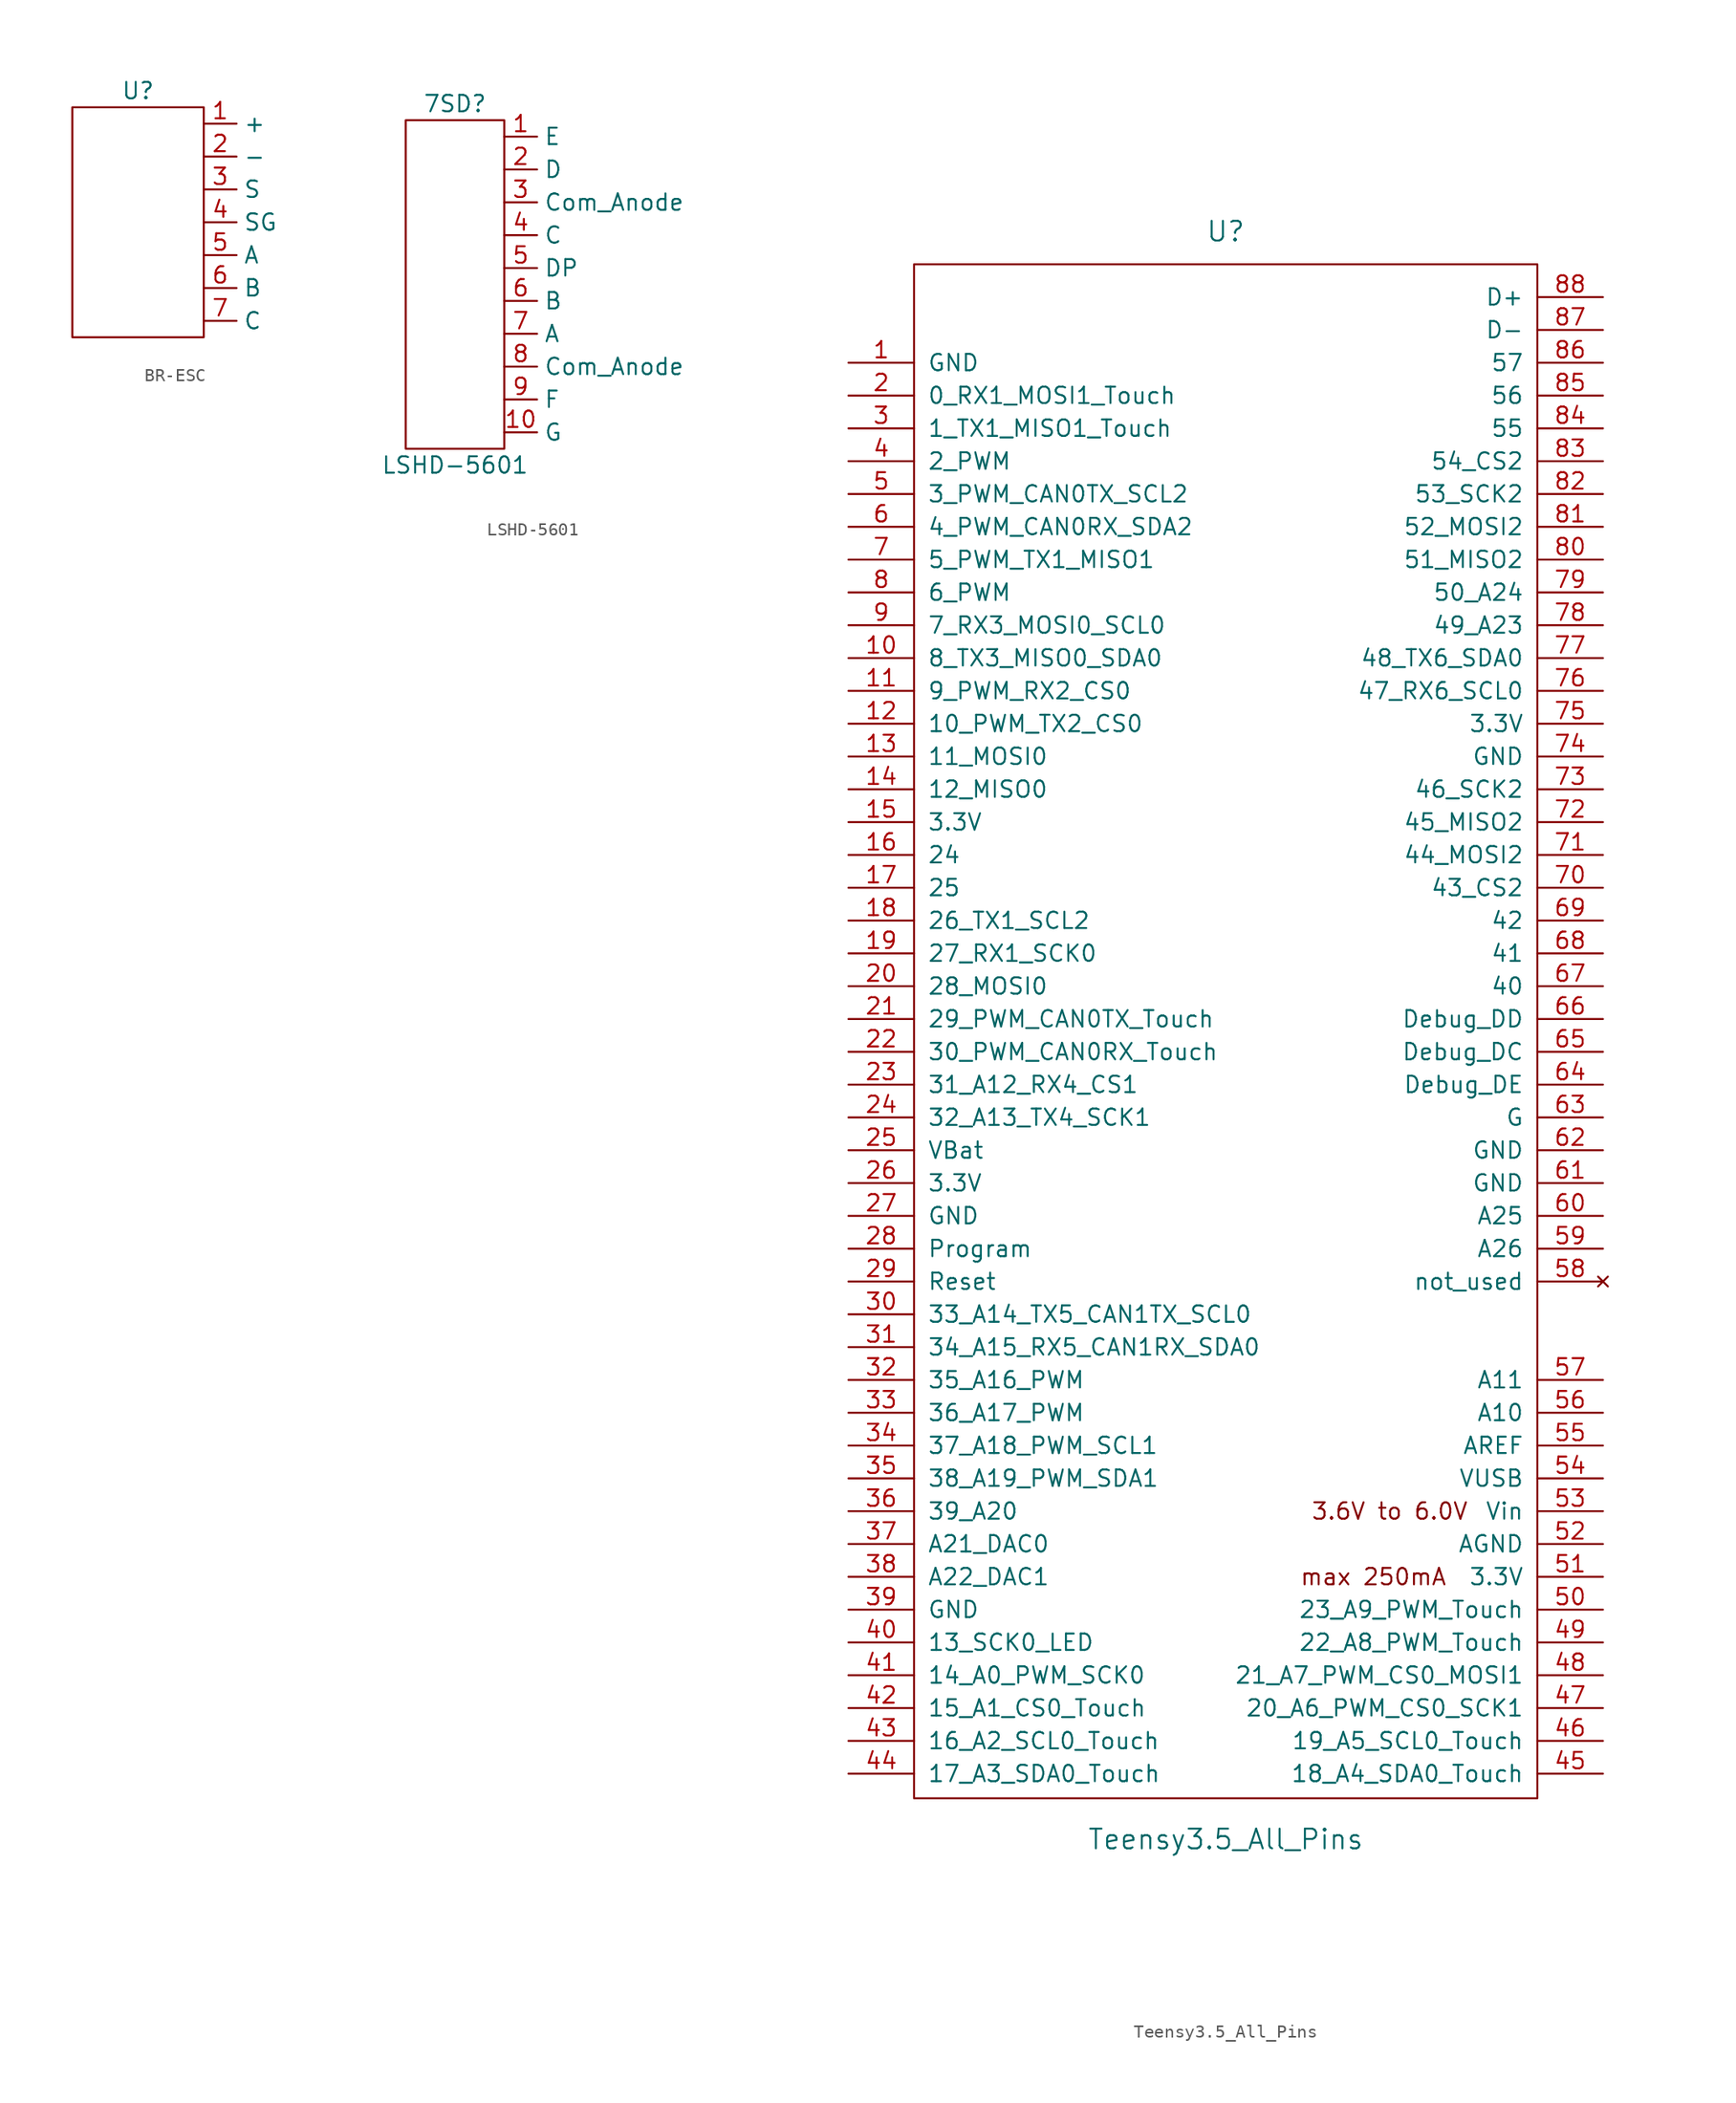
<source format=kicad_sym>
(kicad_symbol_lib
  (version 20220914)
  (generator kicad_symbol_editor)
  (symbol "BR-ESC"
    (property "Reference" "U"
      (at 0 3.81 0)
      (effects (font (size 1.27 1.27))))
    (property "Value" ""
      (at 1.27 0 0)
      (effects (font (size 1.27 1.27))))
    (symbol "BR-ESC_0_1"
      (rectangle (start -5.08 2.54) (end 5.08 -15.24) (stroke (width 0) (type default)) (fill (type none))))
    (symbol "BR-ESC_1_1"
      (pin output line (at 5.08 1.27 0) (length 2.54) (name "+" (effects (font (size 1.27 1.27)))) (number "1" (effects (font (size 1.27 1.27)))) (alternate "Left to S" output line))
      (pin output line (at 5.08 -1.27 0) (length 2.54) (name "-" (effects (font (size 1.27 1.27)))) (number "2" (effects (font (size 1.27 1.27)))) (alternate "Right to SG" output line))
      (pin output line (at 5.08 -3.81 0) (length 2.54) (name "S" (effects (font (size 1.27 1.27)))) (number "3" (effects (font (size 1.27 1.27)))) (alternate "White left wire on bottom small box" output line))
      (pin output line (at 5.08 -6.35 0) (length 2.54) (name "SG" (effects (font (size 1.27 1.27)))) (number "4" (effects (font (size 1.27 1.27)))) (alternate "Black wire on right small bottom block" output line))
      (pin output line (at 5.08 -8.89 0) (length 2.54) (name "A" (effects (font (size 1.27 1.27)))) (number "5" (effects (font (size 1.27 1.27)))) (alternate "Left White top block" output line))
      (pin output line (at 5.08 -11.43 0) (length 2.54) (name "B" (effects (font (size 1.27 1.27)))) (number "6" (effects (font (size 1.27 1.27)))) (alternate "Mid green top block" output line))
      (pin output line (at 5.08 -13.97 0) (length 2.54) (name "C" (effects (font (size 1.27 1.27)))) (number "7" (effects (font (size 1.27 1.27)))) (alternate "Right Blue Top block" output line))))
  (symbol "LSHD-5601"
    (property "Reference" "7SD"
      (at 0 12.7 0)
      (effects (font (size 1.27 1.27))))
    (property "Value" "LSHD-5601"
      (at 0 -15.24 0)
      (effects (font (size 1.27 1.27))))
    (symbol "LSHD-5601_0_1"
      (rectangle (start -3.81 11.43) (end 3.81 -13.97) (stroke (width 0) (type default)) (fill (type none))))
    (symbol "LSHD-5601_1_1"
      (pin output line (at 3.81 10.16 0) (length 2.54) (name "E" (effects (font (size 1.27 1.27)))) (number "1" (effects (font (size 1.27 1.27)))))
      (pin output line (at 3.81 -12.7 0) (length 2.54) (name "G" (effects (font (size 1.27 1.27)))) (number "10" (effects (font (size 1.27 1.27)))))
      (pin output line (at 3.81 7.62 0) (length 2.54) (name "D" (effects (font (size 1.27 1.27)))) (number "2" (effects (font (size 1.27 1.27)))))
      (pin output line (at 3.81 5.08 0) (length 2.54) (name "Com_Anode" (effects (font (size 1.27 1.27)))) (number "3" (effects (font (size 1.27 1.27)))))
      (pin output line (at 3.81 2.54 0) (length 2.54) (name "C" (effects (font (size 1.27 1.27)))) (number "4" (effects (font (size 1.27 1.27)))))
      (pin output line (at 3.81 0 0) (length 2.54) (name "DP" (effects (font (size 1.27 1.27)))) (number "5" (effects (font (size 1.27 1.27)))))
      (pin output line (at 3.81 -2.54 0) (length 2.54) (name "B" (effects (font (size 1.27 1.27)))) (number "6" (effects (font (size 1.27 1.27)))))
      (pin output line (at 3.81 -5.08 0) (length 2.54) (name "A" (effects (font (size 1.27 1.27)))) (number "7" (effects (font (size 1.27 1.27)))))
      (pin output line (at 3.81 -7.62 0) (length 2.54) (name "Com_Anode" (effects (font (size 1.27 1.27)))) (number "8" (effects (font (size 1.27 1.27)))))
      (pin output line (at 3.81 -10.16 0) (length 2.54) (name "F" (effects (font (size 1.27 1.27)))) (number "9" (effects (font (size 1.27 1.27)))))))
  (symbol "Teensy3.5_All_Pins"
    (pin_names
      (offset 1.016))
    (property "Reference" "U"
      (at 0 64.77 0)
      (effects (font (size 1.524 1.524))))
    (property "Value" "Teensy3.5_All_Pins"
      (at 0 -59.69 0)
      (effects (font (size 1.524 1.524))))
    (property "Footprint" ""
      (at -2.54 62.23 0)
      (effects (font (size 1.524 1.524))))
    (symbol "Teensy3.5_All_Pins_0_0"
      (text "3.6V to 6.0V" (at 12.7 -34.29 0) (effects (font (size 1.27 1.27))))
      (text "max 250mA" (at 11.43 -39.37 0) (effects (font (size 1.27 1.27)))))
    (symbol "Teensy3.5_All_Pins_0_1"
      (rectangle (start -24.13 62.23) (end 24.13 -56.515) (stroke (width 0) (type solid)) (fill (type none))))
    (symbol "Teensy3.5_All_Pins_1_1"
      (pin power_in line (at -29.21 54.61 0) (length 5.08) (name "GND" (effects (font (size 1.27 1.27)))) (number "1" (effects (font (size 1.27 1.27)))))
      (pin bidirectional line (at -29.21 31.75 0) (length 5.08) (name "8_TX3_MISO0_SDA0" (effects (font (size 1.27 1.27)))) (number "10" (effects (font (size 1.27 1.27)))))
      (pin bidirectional line (at -29.21 29.21 0) (length 5.08) (name "9_PWM_RX2_CS0" (effects (font (size 1.27 1.27)))) (number "11" (effects (font (size 1.27 1.27)))))
      (pin bidirectional line (at -29.21 26.67 0) (length 5.08) (name "10_PWM_TX2_CS0" (effects (font (size 1.27 1.27)))) (number "12" (effects (font (size 1.27 1.27)))))
      (pin bidirectional line (at -29.21 24.13 0) (length 5.08) (name "11_MOSI0" (effects (font (size 1.27 1.27)))) (number "13" (effects (font (size 1.27 1.27)))))
      (pin bidirectional line (at -29.21 21.59 0) (length 5.08) (name "12_MISO0" (effects (font (size 1.27 1.27)))) (number "14" (effects (font (size 1.27 1.27)))))
      (pin power_out line (at -29.21 19.05 0) (length 5.08) (name "3.3V" (effects (font (size 1.27 1.27)))) (number "15" (effects (font (size 1.27 1.27)))))
      (pin bidirectional line (at -29.21 16.51 0) (length 5.08) (name "24" (effects (font (size 1.27 1.27)))) (number "16" (effects (font (size 1.27 1.27)))))
      (pin bidirectional line (at -29.21 13.97 0) (length 5.08) (name "25" (effects (font (size 1.27 1.27)))) (number "17" (effects (font (size 1.27 1.27)))))
      (pin bidirectional line (at -29.21 11.43 0) (length 5.08) (name "26_TX1_SCL2" (effects (font (size 1.27 1.27)))) (number "18" (effects (font (size 1.27 1.27)))))
      (pin bidirectional line (at -29.21 8.89 0) (length 5.08) (name "27_RX1_SCK0" (effects (font (size 1.27 1.27)))) (number "19" (effects (font (size 1.27 1.27)))))
      (pin bidirectional line (at -29.21 52.07 0) (length 5.08) (name "0_RX1_MOSI1_Touch" (effects (font (size 1.27 1.27)))) (number "2" (effects (font (size 1.27 1.27)))))
      (pin bidirectional line (at -29.21 6.35 0) (length 5.08) (name "28_MOSI0" (effects (font (size 1.27 1.27)))) (number "20" (effects (font (size 1.27 1.27)))))
      (pin bidirectional line (at -29.21 3.81 0) (length 5.08) (name "29_PWM_CAN0TX_Touch" (effects (font (size 1.27 1.27)))) (number "21" (effects (font (size 1.27 1.27)))))
      (pin bidirectional line (at -29.21 1.27 0) (length 5.08) (name "30_PWM_CAN0RX_Touch" (effects (font (size 1.27 1.27)))) (number "22" (effects (font (size 1.27 1.27)))))
      (pin bidirectional line (at -29.21 -1.27 0) (length 5.08) (name "31_A12_RX4_CS1" (effects (font (size 1.27 1.27)))) (number "23" (effects (font (size 1.27 1.27)))))
      (pin bidirectional line (at -29.21 -3.81 0) (length 5.08) (name "32_A13_TX4_SCK1" (effects (font (size 1.27 1.27)))) (number "24" (effects (font (size 1.27 1.27)))))
      (pin power_in line (at -29.21 -6.35 0) (length 5.08) (name "VBat" (effects (font (size 1.27 1.27)))) (number "25" (effects (font (size 1.27 1.27)))))
      (pin power_in line (at -29.21 -8.89 0) (length 5.08) (name "3.3V" (effects (font (size 1.27 1.27)))) (number "26" (effects (font (size 1.27 1.27)))))
      (pin power_in line (at -29.21 -11.43 0) (length 5.08) (name "GND" (effects (font (size 1.27 1.27)))) (number "27" (effects (font (size 1.27 1.27)))))
      (pin input line (at -29.21 -13.97 0) (length 5.08) (name "Program" (effects (font (size 1.27 1.27)))) (number "28" (effects (font (size 1.27 1.27)))))
      (pin input line (at -29.21 -16.51 0) (length 5.08) (name "Reset" (effects (font (size 1.27 1.27)))) (number "29" (effects (font (size 1.27 1.27)))))
      (pin bidirectional line (at -29.21 49.53 0) (length 5.08) (name "1_TX1_MISO1_Touch" (effects (font (size 1.27 1.27)))) (number "3" (effects (font (size 1.27 1.27)))))
      (pin bidirectional line (at -29.21 -19.05 0) (length 5.08) (name "33_A14_TX5_CAN1TX_SCL0" (effects (font (size 1.27 1.27)))) (number "30" (effects (font (size 1.27 1.27)))))
      (pin bidirectional line (at -29.21 -21.59 0) (length 5.08) (name "34_A15_RX5_CAN1RX_SDA0" (effects (font (size 1.27 1.27)))) (number "31" (effects (font (size 1.27 1.27)))))
      (pin bidirectional line (at -29.21 -24.13 0) (length 5.08) (name "35_A16_PWM" (effects (font (size 1.27 1.27)))) (number "32" (effects (font (size 1.27 1.27)))))
      (pin bidirectional line (at -29.21 -26.67 0) (length 5.08) (name "36_A17_PWM" (effects (font (size 1.27 1.27)))) (number "33" (effects (font (size 1.27 1.27)))))
      (pin bidirectional line (at -29.21 -29.21 0) (length 5.08) (name "37_A18_PWM_SCL1" (effects (font (size 1.27 1.27)))) (number "34" (effects (font (size 1.27 1.27)))))
      (pin bidirectional line (at -29.21 -31.75 0) (length 5.08) (name "38_A19_PWM_SDA1" (effects (font (size 1.27 1.27)))) (number "35" (effects (font (size 1.27 1.27)))))
      (pin bidirectional line (at -29.21 -34.29 0) (length 5.08) (name "39_A20" (effects (font (size 1.27 1.27)))) (number "36" (effects (font (size 1.27 1.27)))))
      (pin bidirectional line (at -29.21 -36.83 0) (length 5.08) (name "A21_DAC0" (effects (font (size 1.27 1.27)))) (number "37" (effects (font (size 1.27 1.27)))))
      (pin bidirectional line (at -29.21 -39.37 0) (length 5.08) (name "A22_DAC1" (effects (font (size 1.27 1.27)))) (number "38" (effects (font (size 1.27 1.27)))))
      (pin power_in line (at -29.21 -41.91 0) (length 5.08) (name "GND" (effects (font (size 1.27 1.27)))) (number "39" (effects (font (size 1.27 1.27)))))
      (pin bidirectional line (at -29.21 46.99 0) (length 5.08) (name "2_PWM" (effects (font (size 1.27 1.27)))) (number "4" (effects (font (size 1.27 1.27)))))
      (pin bidirectional line (at -29.21 -44.45 0) (length 5.08) (name "13_SCK0_LED" (effects (font (size 1.27 1.27)))) (number "40" (effects (font (size 1.27 1.27)))))
      (pin bidirectional line (at -29.21 -46.99 0) (length 5.08) (name "14_A0_PWM_SCK0" (effects (font (size 1.27 1.27)))) (number "41" (effects (font (size 1.27 1.27)))))
      (pin bidirectional line (at -29.21 -49.53 0) (length 5.08) (name "15_A1_CS0_Touch" (effects (font (size 1.27 1.27)))) (number "42" (effects (font (size 1.27 1.27)))))
      (pin bidirectional line (at -29.21 -52.07 0) (length 5.08) (name "16_A2_SCL0_Touch" (effects (font (size 1.27 1.27)))) (number "43" (effects (font (size 1.27 1.27)))))
      (pin bidirectional line (at -29.21 -54.61 0) (length 5.08) (name "17_A3_SDA0_Touch" (effects (font (size 1.27 1.27)))) (number "44" (effects (font (size 1.27 1.27)))))
      (pin bidirectional line (at 29.21 -54.61 180) (length 5.08) (name "18_A4_SDA0_Touch" (effects (font (size 1.27 1.27)))) (number "45" (effects (font (size 1.27 1.27)))))
      (pin bidirectional line (at 29.21 -52.07 180) (length 5.08) (name "19_A5_SCL0_Touch" (effects (font (size 1.27 1.27)))) (number "46" (effects (font (size 1.27 1.27)))))
      (pin bidirectional line (at 29.21 -49.53 180) (length 5.08) (name "20_A6_PWM_CS0_SCK1" (effects (font (size 1.27 1.27)))) (number "47" (effects (font (size 1.27 1.27)))))
      (pin bidirectional line (at 29.21 -46.99 180) (length 5.08) (name "21_A7_PWM_CS0_MOSI1" (effects (font (size 1.27 1.27)))) (number "48" (effects (font (size 1.27 1.27)))))
      (pin bidirectional line (at 29.21 -44.45 180) (length 5.08) (name "22_A8_PWM_Touch" (effects (font (size 1.27 1.27)))) (number "49" (effects (font (size 1.27 1.27)))))
      (pin bidirectional line (at -29.21 44.45 0) (length 5.08) (name "3_PWM_CAN0TX_SCL2" (effects (font (size 1.27 1.27)))) (number "5" (effects (font (size 1.27 1.27)))))
      (pin bidirectional line (at 29.21 -41.91 180) (length 5.08) (name "23_A9_PWM_Touch" (effects (font (size 1.27 1.27)))) (number "50" (effects (font (size 1.27 1.27)))))
      (pin power_out line (at 29.21 -39.37 180) (length 5.08) (name "3.3V" (effects (font (size 1.27 1.27)))) (number "51" (effects (font (size 1.27 1.27)))))
      (pin power_out line (at 29.21 -36.83 180) (length 5.08) (name "AGND" (effects (font (size 1.27 1.27)))) (number "52" (effects (font (size 1.27 1.27)))))
      (pin power_in line (at 29.21 -34.29 180) (length 5.08) (name "Vin" (effects (font (size 1.27 1.27)))) (number "53" (effects (font (size 1.27 1.27)))))
      (pin power_in line (at 29.21 -31.75 180) (length 5.08) (name "VUSB" (effects (font (size 1.27 1.27)))) (number "54" (effects (font (size 1.27 1.27)))))
      (pin input line (at 29.21 -29.21 180) (length 5.08) (name "AREF" (effects (font (size 1.27 1.27)))) (number "55" (effects (font (size 1.27 1.27)))))
      (pin bidirectional line (at 29.21 -26.67 180) (length 5.08) (name "A10" (effects (font (size 1.27 1.27)))) (number "56" (effects (font (size 1.27 1.27)))))
      (pin bidirectional line (at 29.21 -24.13 180) (length 5.08) (name "A11" (effects (font (size 1.27 1.27)))) (number "57" (effects (font (size 1.27 1.27)))))
      (pin no_connect line (at 29.21 -16.51 180) (length 5.08) (name "not_used" (effects (font (size 1.27 1.27)))) (number "58" (effects (font (size 1.27 1.27)))))
      (pin bidirectional line (at 29.21 -13.97 180) (length 5.08) (name "A26" (effects (font (size 1.27 1.27)))) (number "59" (effects (font (size 1.27 1.27)))))
      (pin bidirectional line (at -29.21 41.91 0) (length 5.08) (name "4_PWM_CAN0RX_SDA2" (effects (font (size 1.27 1.27)))) (number "6" (effects (font (size 1.27 1.27)))))
      (pin bidirectional line (at 29.21 -11.43 180) (length 5.08) (name "A25" (effects (font (size 1.27 1.27)))) (number "60" (effects (font (size 1.27 1.27)))))
      (pin power_in line (at 29.21 -8.89 180) (length 5.08) (name "GND" (effects (font (size 1.27 1.27)))) (number "61" (effects (font (size 1.27 1.27)))))
      (pin power_in line (at 29.21 -6.35 180) (length 5.08) (name "GND" (effects (font (size 1.27 1.27)))) (number "62" (effects (font (size 1.27 1.27)))))
      (pin power_in line (at 29.21 -3.81 180) (length 5.08) (name "G" (effects (font (size 1.27 1.27)))) (number "63" (effects (font (size 1.27 1.27)))))
      (pin input line (at 29.21 -1.27 180) (length 5.08) (name "Debug_DE" (effects (font (size 1.27 1.27)))) (number "64" (effects (font (size 1.27 1.27)))))
      (pin input line (at 29.21 1.27 180) (length 5.08) (name "Debug_DC" (effects (font (size 1.27 1.27)))) (number "65" (effects (font (size 1.27 1.27)))))
      (pin input line (at 29.21 3.81 180) (length 5.08) (name "Debug_DD" (effects (font (size 1.27 1.27)))) (number "66" (effects (font (size 1.27 1.27)))))
      (pin bidirectional line (at 29.21 6.35 180) (length 5.08) (name "40" (effects (font (size 1.27 1.27)))) (number "67" (effects (font (size 1.27 1.27)))))
      (pin bidirectional line (at 29.21 8.89 180) (length 5.08) (name "41" (effects (font (size 1.27 1.27)))) (number "68" (effects (font (size 1.27 1.27)))))
      (pin bidirectional line (at 29.21 11.43 180) (length 5.08) (name "42" (effects (font (size 1.27 1.27)))) (number "69" (effects (font (size 1.27 1.27)))))
      (pin bidirectional line (at -29.21 39.37 0) (length 5.08) (name "5_PWM_TX1_MISO1" (effects (font (size 1.27 1.27)))) (number "7" (effects (font (size 1.27 1.27)))))
      (pin bidirectional line (at 29.21 13.97 180) (length 5.08) (name "43_CS2" (effects (font (size 1.27 1.27)))) (number "70" (effects (font (size 1.27 1.27)))))
      (pin bidirectional line (at 29.21 16.51 180) (length 5.08) (name "44_MOSI2" (effects (font (size 1.27 1.27)))) (number "71" (effects (font (size 1.27 1.27)))))
      (pin bidirectional line (at 29.21 19.05 180) (length 5.08) (name "45_MISO2" (effects (font (size 1.27 1.27)))) (number "72" (effects (font (size 1.27 1.27)))))
      (pin bidirectional line (at 29.21 21.59 180) (length 5.08) (name "46_SCK2" (effects (font (size 1.27 1.27)))) (number "73" (effects (font (size 1.27 1.27)))))
      (pin power_in line (at 29.21 24.13 180) (length 5.08) (name "GND" (effects (font (size 1.27 1.27)))) (number "74" (effects (font (size 1.27 1.27)))))
      (pin power_in line (at 29.21 26.67 180) (length 5.08) (name "3.3V" (effects (font (size 1.27 1.27)))) (number "75" (effects (font (size 1.27 1.27)))))
      (pin bidirectional line (at 29.21 29.21 180) (length 5.08) (name "47_RX6_SCL0" (effects (font (size 1.27 1.27)))) (number "76" (effects (font (size 1.27 1.27)))))
      (pin bidirectional line (at 29.21 31.75 180) (length 5.08) (name "48_TX6_SDA0" (effects (font (size 1.27 1.27)))) (number "77" (effects (font (size 1.27 1.27)))))
      (pin bidirectional line (at 29.21 34.29 180) (length 5.08) (name "49_A23" (effects (font (size 1.27 1.27)))) (number "78" (effects (font (size 1.27 1.27)))))
      (pin bidirectional line (at 29.21 36.83 180) (length 5.08) (name "50_A24" (effects (font (size 1.27 1.27)))) (number "79" (effects (font (size 1.27 1.27)))))
      (pin bidirectional line (at -29.21 36.83 0) (length 5.08) (name "6_PWM" (effects (font (size 1.27 1.27)))) (number "8" (effects (font (size 1.27 1.27)))))
      (pin bidirectional line (at 29.21 39.37 180) (length 5.08) (name "51_MISO2" (effects (font (size 1.27 1.27)))) (number "80" (effects (font (size 1.27 1.27)))))
      (pin bidirectional line (at 29.21 41.91 180) (length 5.08) (name "52_MOSI2" (effects (font (size 1.27 1.27)))) (number "81" (effects (font (size 1.27 1.27)))))
      (pin bidirectional line (at 29.21 44.45 180) (length 5.08) (name "53_SCK2" (effects (font (size 1.27 1.27)))) (number "82" (effects (font (size 1.27 1.27)))))
      (pin bidirectional line (at 29.21 46.99 180) (length 5.08) (name "54_CS2" (effects (font (size 1.27 1.27)))) (number "83" (effects (font (size 1.27 1.27)))))
      (pin bidirectional line (at 29.21 49.53 180) (length 5.08) (name "55" (effects (font (size 1.27 1.27)))) (number "84" (effects (font (size 1.27 1.27)))))
      (pin bidirectional line (at 29.21 52.07 180) (length 5.08) (name "56" (effects (font (size 1.27 1.27)))) (number "85" (effects (font (size 1.27 1.27)))))
      (pin bidirectional line (at 29.21 54.61 180) (length 5.08) (name "57" (effects (font (size 1.27 1.27)))) (number "86" (effects (font (size 1.27 1.27)))))
      (pin input line (at 29.21 57.15 180) (length 5.08) (name "D-" (effects (font (size 1.27 1.27)))) (number "87" (effects (font (size 1.27 1.27)))))
      (pin input line (at 29.21 59.69 180) (length 5.08) (name "D+" (effects (font (size 1.27 1.27)))) (number "88" (effects (font (size 1.27 1.27)))))
      (pin bidirectional line (at -29.21 34.29 0) (length 5.08) (name "7_RX3_MOSI0_SCL0" (effects (font (size 1.27 1.27)))) (number "9" (effects (font (size 1.27 1.27))))))))
</source>
